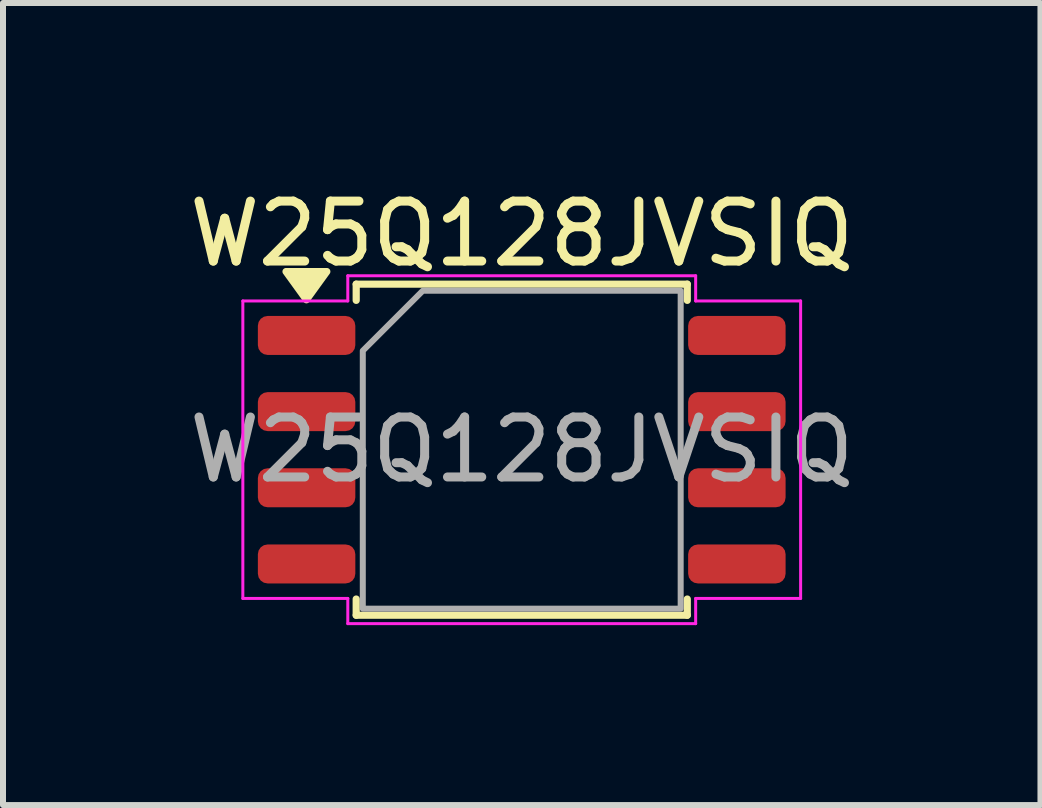
<source format=kicad_pcb>
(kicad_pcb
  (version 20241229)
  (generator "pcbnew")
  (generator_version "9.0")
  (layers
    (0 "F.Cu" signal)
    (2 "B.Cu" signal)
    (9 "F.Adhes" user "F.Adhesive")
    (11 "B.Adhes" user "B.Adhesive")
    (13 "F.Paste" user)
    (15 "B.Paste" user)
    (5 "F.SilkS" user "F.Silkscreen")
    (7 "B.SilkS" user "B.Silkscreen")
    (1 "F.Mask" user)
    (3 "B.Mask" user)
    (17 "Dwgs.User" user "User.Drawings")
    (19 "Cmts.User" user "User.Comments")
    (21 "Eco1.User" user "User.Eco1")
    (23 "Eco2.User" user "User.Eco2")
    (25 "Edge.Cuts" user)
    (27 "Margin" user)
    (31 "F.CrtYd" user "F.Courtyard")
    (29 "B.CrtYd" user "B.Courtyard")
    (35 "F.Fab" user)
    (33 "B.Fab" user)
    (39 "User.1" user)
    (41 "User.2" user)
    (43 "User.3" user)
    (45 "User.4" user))
  (footprint "W25Q128JVSIQ"
    (layer "F.Cu")
    (at 5.649 4.448)
    (property "Reference" "W25Q128JVSIQ" (at 0 -3.6 0) (layer "F.SilkS") (effects (font (size 1 1) (thickness 0.15))))
    (attr smd)
    (fp_line (start -2.76 -2.76) (end 2.76 -2.76) (stroke (width 0.12) (type solid)) (layer "F.SilkS"))
    (fp_line (start -2.76 -2.49) (end -2.76 -2.76) (stroke (width 0.12) (type solid)) (layer "F.SilkS"))
    (fp_line (start -2.76 2.76) (end -2.76 2.49) (stroke (width 0.12) (type solid)) (layer "F.SilkS"))
    (fp_line (start 2.76 -2.76) (end 2.76 -2.49) (stroke (width 0.12) (type solid)) (layer "F.SilkS"))
    (fp_line (start 2.76 2.49) (end 2.76 2.76) (stroke (width 0.12) (type solid)) (layer "F.SilkS"))
    (fp_line (start 2.76 2.76) (end -2.76 2.76) (stroke (width 0.12) (type solid)) (layer "F.SilkS"))
    (fp_poly (pts (xy -3.59 -2.5) (xy -3.93 -2.97) (xy -3.25 -2.97)) (stroke (width 0.12) (type solid)) (fill yes) (layer "F.SilkS"))
    (fp_line (start -4.65 -2.48) (end -2.9 -2.48) (stroke (width 0.05) (type solid)) (layer "F.CrtYd"))
    (fp_line (start -4.65 2.48) (end -4.65 -2.48) (stroke (width 0.05) (type solid)) (layer "F.CrtYd"))
    (fp_line (start -2.9 -2.9) (end 2.9 -2.9) (stroke (width 0.05) (type solid)) (layer "F.CrtYd"))
    (fp_line (start -2.9 -2.48) (end -2.9 -2.9) (stroke (width 0.05) (type solid)) (layer "F.CrtYd"))
    (fp_line (start -2.9 2.48) (end -4.65 2.48) (stroke (width 0.05) (type solid)) (layer "F.CrtYd"))
    (fp_line (start -2.9 2.9) (end -2.9 2.48) (stroke (width 0.05) (type solid)) (layer "F.CrtYd"))
    (fp_line (start 2.9 -2.9) (end 2.9 -2.48) (stroke (width 0.05) (type solid)) (layer "F.CrtYd"))
    (fp_line (start 2.9 -2.48) (end 4.65 -2.48) (stroke (width 0.05) (type solid)) (layer "F.CrtYd"))
    (fp_line (start 2.9 2.48) (end 2.9 2.9) (stroke (width 0.05) (type solid)) (layer "F.CrtYd"))
    (fp_line (start 2.9 2.9) (end -2.9 2.9) (stroke (width 0.05) (type solid)) (layer "F.CrtYd"))
    (fp_line (start 4.65 -2.48) (end 4.65 2.48) (stroke (width 0.05) (type solid)) (layer "F.CrtYd"))
    (fp_line (start 4.65 2.48) (end 2.9 2.48) (stroke (width 0.05) (type solid)) (layer "F.CrtYd"))
    (fp_poly (pts (xy -2.65 -1.65) (xy -2.65 2.65) (xy 2.65 2.65) (xy 2.65 -2.65) (xy -1.65 -2.65)) (stroke (width 0.1) (type solid)) (fill no) (layer "F.Fab"))
    (fp_text user "${REFERENCE}" (at 0 0 0) (layer "F.Fab") (effects (font (size 1 1) (thickness 0.15))))
    (pad "1" smd roundrect (at -3.587 -1.905) (size 1.625 0.65) (layers "F.Cu" "F.Mask" "F.Paste") (roundrect_rratio 0.25))
    (pad "2" smd roundrect (at -3.587 -0.635) (size 1.625 0.65) (layers "F.Cu" "F.Mask" "F.Paste") (roundrect_rratio 0.25))
    (pad "3" smd roundrect (at -3.587 0.635) (size 1.625 0.65) (layers "F.Cu" "F.Mask" "F.Paste") (roundrect_rratio 0.25))
    (pad "4" smd roundrect (at -3.587 1.905) (size 1.625 0.65) (layers "F.Cu" "F.Mask" "F.Paste") (roundrect_rratio 0.25))
    (pad "5" smd roundrect (at 3.587 1.905) (size 1.625 0.65) (layers "F.Cu" "F.Mask" "F.Paste") (roundrect_rratio 0.25))
    (pad "6" smd roundrect (at 3.587 0.635) (size 1.625 0.65) (layers "F.Cu" "F.Mask" "F.Paste") (roundrect_rratio 0.25))
    (pad "7" smd roundrect (at 3.587 -0.635) (size 1.625 0.65) (layers "F.Cu" "F.Mask" "F.Paste") (roundrect_rratio 0.25))
    (pad "8" smd roundrect (at 3.587 -1.905) (size 1.625 0.65) (layers "F.Cu" "F.Mask" "F.Paste") (roundrect_rratio 0.25)))
  (gr_rect
    (start -3 -3)
    (end 14.298 10.373)
    (stroke (width 0.1) (type default))
    (fill no)
    (layer "Edge.Cuts")))
</source>
